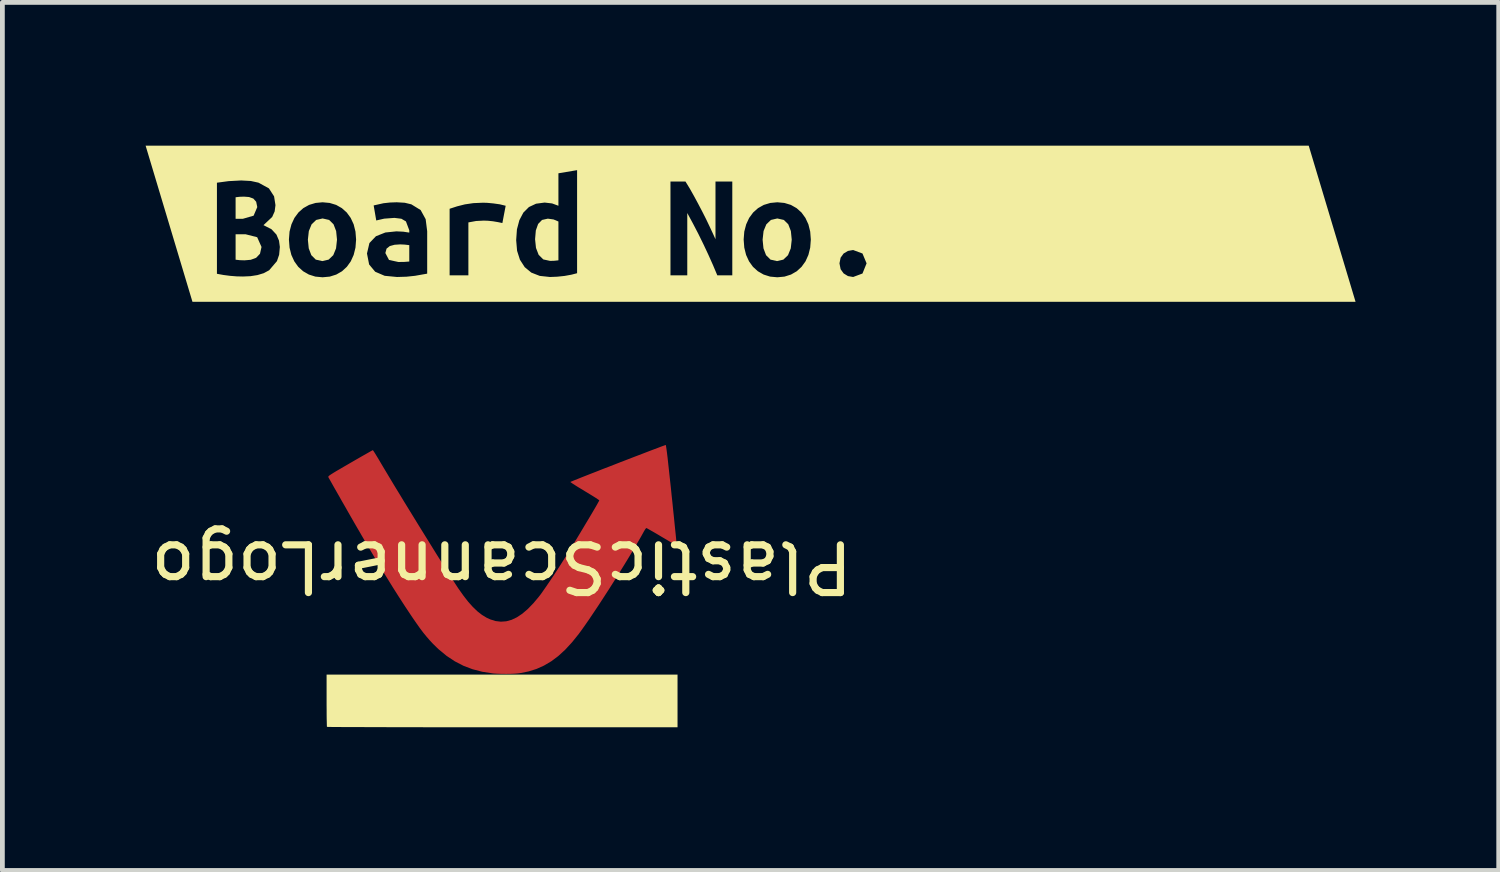
<source format=kicad_pcb>
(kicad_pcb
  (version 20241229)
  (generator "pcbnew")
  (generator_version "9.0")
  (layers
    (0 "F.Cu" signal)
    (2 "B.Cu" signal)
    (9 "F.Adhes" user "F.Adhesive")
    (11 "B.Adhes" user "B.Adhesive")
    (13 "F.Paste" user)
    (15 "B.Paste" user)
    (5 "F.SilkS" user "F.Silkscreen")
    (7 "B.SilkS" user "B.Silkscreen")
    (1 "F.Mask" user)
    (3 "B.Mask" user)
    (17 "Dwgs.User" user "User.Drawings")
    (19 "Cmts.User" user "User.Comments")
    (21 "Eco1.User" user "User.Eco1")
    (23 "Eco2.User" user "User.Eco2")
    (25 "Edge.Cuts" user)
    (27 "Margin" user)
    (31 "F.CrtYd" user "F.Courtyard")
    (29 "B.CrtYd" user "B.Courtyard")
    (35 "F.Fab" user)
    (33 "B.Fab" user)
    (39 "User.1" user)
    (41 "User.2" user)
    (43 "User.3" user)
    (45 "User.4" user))
  (footprint "PlasticScannerLogo"
    (layer "F.Cu")
    (at 7.458 9.317)
    (property "Reference" "PlasticScannerLogo" (at 0 -0.5 180) (unlocked yes) (layer "F.SilkS") (effects (font (size 1 1) (thickness 0.15))))
    (fp_poly (pts (xy 3.441 -3.035) (xy 3.446 -3.003) (xy 3.454 -2.949) (xy 3.464 -2.873) (xy 3.476 -2.775) (xy 3.489 -2.654) (xy 3.505 -2.51) (xy 3.523 -2.343) (xy 3.544 -2.153) (xy 3.56 -1.993) (xy 3.577 -1.837) (xy 3.592 -1.688) (xy 3.607 -1.547) (xy 3.62 -1.417) (xy 3.632 -1.299) (xy 3.643 -1.195) (xy 3.652 -1.106) (xy 3.659 -1.034) (xy 3.664 -0.981) (xy 3.667 -0.949) (xy 3.668 -0.939) (xy 3.658 -0.944) (xy 3.629 -0.96) (xy 3.585 -0.986) (xy 3.528 -1.019) (xy 3.46 -1.059) (xy 3.385 -1.103) (xy 3.354 -1.121) (xy 3.276 -1.168) (xy 3.204 -1.21) (xy 3.141 -1.246) (xy 3.09 -1.275) (xy 3.053 -1.296) (xy 3.033 -1.306) (xy 3.031 -1.307) (xy 3.019 -1.297) (xy 3.001 -1.271) (xy 2.979 -1.235) (xy 2.978 -1.232) (xy 2.913 -1.115) (xy 2.836 -0.983) (xy 2.751 -0.838) (xy 2.658 -0.683) (xy 2.559 -0.521) (xy 2.455 -0.354) (xy 2.349 -0.185) (xy 2.242 -0.016) (xy 2.135 0.149) (xy 2.031 0.309) (xy 1.93 0.46) (xy 1.836 0.6) (xy 1.748 0.727) (xy 1.669 0.838) (xy 1.615 0.912) (xy 1.473 1.088) (xy 1.331 1.242) (xy 1.187 1.374) (xy 1.04 1.484) (xy 0.888 1.574) (xy 0.73 1.645) (xy 0.564 1.697) (xy 0.389 1.732) (xy 0.345 1.738) (xy 0.275 1.744) (xy 0.188 1.748) (xy 0.093 1.749) (xy -0.004 1.748) (xy -0.096 1.745) (xy -0.174 1.74) (xy -0.189 1.738) (xy -0.407 1.704) (xy -0.61 1.651) (xy -0.8 1.579) (xy -0.98 1.486) (xy -1.151 1.373) (xy -1.315 1.238) (xy -1.366 1.19) (xy -1.44 1.117) (xy -1.508 1.044) (xy -1.574 0.968) (xy -1.641 0.886) (xy -1.711 0.793) (xy -1.786 0.687) (xy -1.871 0.564) (xy -1.891 0.534) (xy -2.02 0.34) (xy -2.149 0.141) (xy -2.281 -0.067) (xy -2.417 -0.287) (xy -2.559 -0.519) (xy -2.708 -0.769) (xy -2.866 -1.036) (xy -2.887 -1.073) (xy -2.929 -1.145) (xy -2.978 -1.23) (xy -3.033 -1.324) (xy -3.092 -1.426) (xy -3.154 -1.534) (xy -3.217 -1.644) (xy -3.28 -1.755) (xy -3.343 -1.864) (xy -3.402 -1.969) (xy -3.458 -2.067) (xy -3.509 -2.156) (xy -3.552 -2.233) (xy -3.588 -2.297) (xy -3.615 -2.344) (xy -3.629 -2.37) (xy -3.631 -2.377) (xy -3.63 -2.384) (xy -3.624 -2.393) (xy -3.611 -2.405) (xy -3.59 -2.42) (xy -3.558 -2.441) (xy -3.515 -2.468) (xy -3.457 -2.503) (xy -3.384 -2.545) (xy -3.294 -2.598) (xy -3.185 -2.661) (xy -3.175 -2.667) (xy -3.078 -2.723) (xy -2.988 -2.775) (xy -2.906 -2.822) (xy -2.835 -2.862) (xy -2.777 -2.895) (xy -2.733 -2.92) (xy -2.706 -2.934) (xy -2.698 -2.938) (xy -2.69 -2.928) (xy -2.671 -2.9) (xy -2.644 -2.857) (xy -2.61 -2.801) (xy -2.57 -2.735) (xy -2.529 -2.665) (xy -2.466 -2.559) (xy -2.394 -2.439) (xy -2.315 -2.307) (xy -2.229 -2.164) (xy -2.137 -2.014) (xy -2.042 -1.857) (xy -1.943 -1.696) (xy -1.842 -1.532) (xy -1.741 -1.367) (xy -1.64 -1.204) (xy -1.54 -1.043) (xy -1.443 -0.886) (xy -1.35 -0.736) (xy -1.261 -0.595) (xy -1.179 -0.464) (xy -1.103 -0.344) (xy -1.036 -0.239) (xy -0.978 -0.149) (xy -0.931 -0.077) (xy -0.908 -0.042) (xy -0.801 0.109) (xy -0.7 0.239) (xy -0.602 0.348) (xy -0.507 0.439) (xy -0.412 0.513) (xy -0.317 0.571) (xy -0.239 0.607) (xy -0.127 0.642) (xy -0.016 0.655) (xy 0.095 0.647) (xy 0.206 0.617) (xy 0.318 0.564) (xy 0.431 0.489) (xy 0.546 0.391) (xy 0.664 0.269) (xy 0.771 0.142) (xy 0.817 0.083) (xy 0.872 0.005) (xy 0.937 -0.088) (xy 1.009 -0.194) (xy 1.087 -0.31) (xy 1.168 -0.434) (xy 1.251 -0.564) (xy 1.335 -0.697) (xy 1.36 -0.737) (xy 1.408 -0.814) (xy 1.46 -0.9) (xy 1.517 -0.993) (xy 1.577 -1.091) (xy 1.638 -1.192) (xy 1.699 -1.294) (xy 1.759 -1.395) (xy 1.817 -1.491) (xy 1.871 -1.582) (xy 1.92 -1.665) (xy 1.963 -1.738) (xy 1.998 -1.799) (xy 2.024 -1.846) (xy 2.04 -1.875) (xy 2.045 -1.886) (xy 2.036 -1.894) (xy 2.008 -1.913) (xy 1.965 -1.942) (xy 1.909 -1.977) (xy 1.842 -2.018) (xy 1.768 -2.063) (xy 1.743 -2.078) (xy 1.666 -2.125) (xy 1.596 -2.167) (xy 1.536 -2.205) (xy 1.489 -2.235) (xy 1.456 -2.258) (xy 1.44 -2.27) (xy 1.439 -2.271) (xy 1.45 -2.277) (xy 1.482 -2.29) (xy 1.532 -2.311) (xy 1.598 -2.337) (xy 1.68 -2.37) (xy 1.774 -2.407) (xy 1.878 -2.448) (xy 1.992 -2.492) (xy 2.112 -2.54) (xy 2.238 -2.588) (xy 2.366 -2.638) (xy 2.496 -2.689) (xy 2.624 -2.738) (xy 2.75 -2.787) (xy 2.871 -2.833) (xy 2.986 -2.877) (xy 3.092 -2.918) (xy 3.187 -2.954) (xy 3.27 -2.985) (xy 3.338 -3.011) (xy 3.39 -3.03) (xy 3.424 -3.042) (xy 3.437 -3.046)) (stroke (width 0) (type solid)) (fill yes) (layer "F.Cu"))
    (fp_poly (pts (xy 3.438 -3.033) (xy 3.444 -3.001) (xy 3.452 -2.947) (xy 3.462 -2.871) (xy 3.473 -2.772) (xy 3.487 -2.652) (xy 3.503 -2.508) (xy 3.521 -2.341) (xy 3.541 -2.151) (xy 3.558 -1.991) (xy 3.574 -1.835) (xy 3.59 -1.686) (xy 3.604 -1.545) (xy 3.618 -1.415) (xy 3.63 -1.297) (xy 3.641 -1.192) (xy 3.65 -1.103) (xy 3.657 -1.032) (xy 3.662 -0.979) (xy 3.665 -0.947) (xy 3.666 -0.937) (xy 3.655 -0.942) (xy 3.627 -0.958) (xy 3.583 -0.983) (xy 3.526 -1.017) (xy 3.458 -1.056) (xy 3.383 -1.101) (xy 3.352 -1.119) (xy 3.274 -1.165) (xy 3.202 -1.207) (xy 3.139 -1.244) (xy 3.087 -1.273) (xy 3.051 -1.293) (xy 3.031 -1.303) (xy 3.028 -1.304) (xy 3.017 -1.295) (xy 2.999 -1.269) (xy 2.977 -1.233) (xy 2.975 -1.23) (xy 2.91 -1.112) (xy 2.834 -0.98) (xy 2.749 -0.835) (xy 2.655 -0.681) (xy 2.556 -0.518) (xy 2.453 -0.352) (xy 2.347 -0.183) (xy 2.239 -0.014) (xy 2.133 0.151) (xy 2.028 0.311) (xy 1.928 0.462) (xy 1.833 0.603) (xy 1.746 0.729) (xy 1.667 0.84) (xy 1.612 0.914) (xy 1.471 1.091) (xy 1.329 1.244) (xy 1.185 1.376) (xy 1.037 1.486) (xy 0.885 1.576) (xy 0.727 1.647) (xy 0.562 1.699) (xy 0.387 1.734) (xy 0.342 1.74) (xy 0.272 1.746) (xy 0.186 1.75) (xy 0.09 1.751) (xy -0.007 1.751) (xy -0.098 1.747) (xy -0.176 1.742) (xy -0.192 1.74) (xy -0.409 1.706) (xy -0.612 1.653) (xy -0.803 1.581) (xy -0.982 1.489) (xy -1.153 1.375) (xy -1.317 1.24) (xy -1.368 1.192) (xy -1.442 1.119) (xy -1.51 1.047) (xy -1.577 0.971) (xy -1.643 0.888) (xy -1.713 0.795) (xy -1.789 0.689) (xy -1.873 0.567) (xy -1.893 0.536) (xy -2.022 0.343) (xy -2.151 0.143) (xy -2.283 -0.065) (xy -2.42 -0.284) (xy -2.561 -0.517) (xy -2.711 -0.766) (xy -2.868 -1.034) (xy -2.89 -1.071) (xy -2.932 -1.143) (xy -2.981 -1.227) (xy -3.035 -1.322) (xy -3.094 -1.424) (xy -3.156 -1.531) (xy -3.219 -1.642) (xy -3.283 -1.753) (xy -3.345 -1.862) (xy -3.405 -1.966) (xy -3.461 -2.064) (xy -3.511 -2.153) (xy -3.555 -2.231) (xy -3.591 -2.294) (xy -3.617 -2.341) (xy -3.631 -2.368) (xy -3.634 -2.374) (xy -3.633 -2.382) (xy -3.627 -2.391) (xy -3.614 -2.402) (xy -3.592 -2.418) (xy -3.561 -2.439) (xy -3.517 -2.466) (xy -3.46 -2.5) (xy -3.387 -2.543) (xy -3.297 -2.596) (xy -3.188 -2.659) (xy -3.177 -2.665) (xy -3.081 -2.721) (xy -2.99 -2.772) (xy -2.909 -2.819) (xy -2.837 -2.86) (xy -2.779 -2.893) (xy -2.735 -2.917) (xy -2.708 -2.932) (xy -2.701 -2.936) (xy -2.692 -2.926) (xy -2.674 -2.898) (xy -2.646 -2.854) (xy -2.612 -2.799) (xy -2.573 -2.733) (xy -2.531 -2.663) (xy -2.468 -2.556) (xy -2.396 -2.436) (xy -2.317 -2.304) (xy -2.231 -2.162) (xy -2.14 -2.012) (xy -2.044 -1.855) (xy -1.945 -1.694) (xy -1.845 -1.53) (xy -1.743 -1.365) (xy -1.642 -1.201) (xy -1.543 -1.04) (xy -1.445 -0.884) (xy -1.352 -0.734) (xy -1.264 -0.593) (xy -1.181 -0.461) (xy -1.106 -0.342) (xy -1.038 -0.237) (xy -0.981 -0.147) (xy -0.934 -0.075) (xy -0.91 -0.039) (xy -0.803 0.112) (xy -0.702 0.241) (xy -0.605 0.351) (xy -0.509 0.441) (xy -0.415 0.515) (xy -0.319 0.573) (xy -0.241 0.609) (xy -0.129 0.644) (xy -0.018 0.658) (xy 0.093 0.649) (xy 0.203 0.619) (xy 0.315 0.566) (xy 0.428 0.491) (xy 0.544 0.393) (xy 0.662 0.272) (xy 0.769 0.144) (xy 0.814 0.085) (xy 0.87 0.008) (xy 0.935 -0.085) (xy 1.007 -0.191) (xy 1.084 -0.308) (xy 1.165 -0.432) (xy 1.249 -0.562) (xy 1.333 -0.695) (xy 1.358 -0.735) (xy 1.405 -0.812) (xy 1.458 -0.898) (xy 1.515 -0.991) (xy 1.574 -1.089) (xy 1.635 -1.19) (xy 1.697 -1.292) (xy 1.757 -1.392) (xy 1.814 -1.489) (xy 1.868 -1.58) (xy 1.917 -1.663) (xy 1.96 -1.736) (xy 1.995 -1.797) (xy 2.022 -1.843) (xy 2.038 -1.873) (xy 2.043 -1.883) (xy 2.034 -1.892) (xy 2.006 -1.911) (xy 1.963 -1.939) (xy 1.907 -1.975) (xy 1.84 -2.016) (xy 1.765 -2.061) (xy 1.74 -2.076) (xy 1.663 -2.122) (xy 1.594 -2.165) (xy 1.534 -2.202) (xy 1.486 -2.233) (xy 1.453 -2.255) (xy 1.438 -2.267) (xy 1.437 -2.269) (xy 1.448 -2.274) (xy 1.479 -2.288) (xy 1.529 -2.308) (xy 1.596 -2.335) (xy 1.677 -2.367) (xy 1.771 -2.404) (xy 1.876 -2.446) (xy 1.99 -2.49) (xy 2.11 -2.537) (xy 2.235 -2.586) (xy 2.364 -2.636) (xy 2.493 -2.686) (xy 2.622 -2.736) (xy 2.748 -2.784) (xy 2.869 -2.831) (xy 2.983 -2.875) (xy 3.089 -2.915) (xy 3.184 -2.952) (xy 3.267 -2.983) (xy 3.336 -3.009) (xy 3.388 -3.028) (xy 3.421 -3.04) (xy 3.435 -3.043)) (stroke (width 0) (type solid)) (fill yes) (layer "F.Mask"))
    (fp_poly (pts (xy 3.684 2.866) (xy 0.017 2.866) (xy -0.278 2.866) (xy -0.567 2.866) (xy -0.849 2.866) (xy -1.123 2.866) (xy -1.388 2.866) (xy -1.642 2.866) (xy -1.887 2.865) (xy -2.119 2.865) (xy -2.339 2.865) (xy -2.545 2.864) (xy -2.736 2.864) (xy -2.913 2.863) (xy -3.073 2.863) (xy -3.215 2.862) (xy -3.34 2.862) (xy -3.445 2.861) (xy -3.531 2.861) (xy -3.595 2.86) (xy -3.638 2.859) (xy -3.658 2.859) (xy -3.659 2.858) (xy -3.661 2.845) (xy -3.662 2.81) (xy -3.663 2.756) (xy -3.665 2.686) (xy -3.666 2.601) (xy -3.666 2.504) (xy -3.667 2.398) (xy -3.667 2.307) (xy -3.667 1.763) (xy 3.684 1.763)) (stroke (width 0) (type solid)) (fill yes) (layer "F.SilkS")))
  (footprint "kibuzzard-6346913B"
    (layer "F.Cu")
    (at 12.672 1.636)
    (property "Reference" "kibuzzard-6346913B" (at 0 -1.636 0) (layer "B.SilkS") (effects (font (size 0.001 0.001) (thickness 0.000003)) (justify mirror)))
    (attr board_only exclude_from_pos_files exclude_from_bom)
    (fp_poly (pts (xy -10.787 0.221) (xy -10.787 0.754) (xy -10.697 0.764) (xy -10.6 0.767) (xy -10.47 0.756) (xy -10.357 0.714) (xy -10.276 0.629) (xy -10.244 0.487) (xy -10.335 0.283) (xy -10.578 0.221) (xy -10.787 0.221)) (stroke (width 0) (type solid)) (fill yes) (layer "F.SilkS"))
    (fp_poly (pts (xy -10.635 -0.103) (xy -10.41 -0.168) (xy -10.333 -0.348) (xy -10.356 -0.46) (xy -10.416 -0.527) (xy -10.505 -0.559) (xy -10.61 -0.567) (xy -10.702 -0.564) (xy -10.787 -0.554) (xy -10.787 -0.103) (xy -10.635 -0.103)) (stroke (width 0) (type solid)) (fill yes) (layer "F.SilkS"))
    (fp_poly (pts (xy -7.377 0.802) (xy -7.254 0.8) (xy -7.149 0.792) (xy -7.149 0.449) (xy -7.241 0.438) (xy -7.339 0.433) (xy -7.457 0.441) (xy -7.557 0.468) (xy -7.625 0.522) (xy -7.65 0.614) (xy -7.574 0.759) (xy -7.377 0.802)) (stroke (width 0) (type solid)) (fill yes) (layer "F.SilkS"))
    (fp_poly (pts (xy -4.514 0.325) (xy -4.495 0.507) (xy -4.439 0.652) (xy -4.342 0.748) (xy -4.199 0.779) (xy -4.11 0.776) (xy -4.025 0.767) (xy -4.025 -0.046) (xy -4.126 -0.089) (xy -4.247 -0.106) (xy -4.368 -0.079) (xy -4.45 0.005) (xy -4.498 0.14) (xy -4.514 0.325)) (stroke (width 0) (type solid)) (fill yes) (layer "F.SilkS"))
    (fp_poly (pts (xy -9.273 0.335) (xy -9.255 0.516) (xy -9.201 0.659) (xy -9.108 0.752) (xy -8.971 0.783) (xy -8.838 0.752) (xy -8.741 0.659) (xy -8.683 0.516) (xy -8.663 0.335) (xy -8.681 0.154) (xy -8.735 0.013) (xy -8.828 -0.079) (xy -8.965 -0.11) (xy -9.099 -0.079) (xy -9.195 0.013) (xy -9.253 0.154) (xy -9.273 0.335)) (stroke (width 0) (type solid)) (fill yes) (layer "F.SilkS"))
    (fp_poly (pts (xy 0.252 0.335) (xy 0.27 0.516) (xy 0.324 0.659) (xy 0.417 0.752) (xy 0.554 0.783) (xy 0.687 0.752) (xy 0.784 0.659) (xy 0.842 0.516) (xy 0.862 0.335) (xy 0.844 0.154) (xy 0.79 0.013) (xy 0.697 -0.079) (xy 0.56 -0.11) (xy 0.426 -0.079) (xy 0.33 0.013) (xy 0.272 0.154) (xy 0.252 0.335)) (stroke (width 0) (type solid)) (fill yes) (layer "F.SilkS"))
    (fp_poly (pts (xy -11.178 -1.635) (xy -10.933 -0.892) (xy -10.67 -0.906) (xy -10.468 -0.895) (xy -10.308 -0.86) (xy -10.089 -0.74) (xy -9.981 -0.573) (xy -9.952 -0.389) (xy -9.555 -0.121) (xy -9.471 -0.235) (xy -9.369 -0.326) (xy -9.248 -0.394) (xy -9.112 -0.435) (xy -8.965 -0.449) (xy -8.816 -0.435) (xy -8.681 -0.394) (xy -8.561 -0.326) (xy -8.459 -0.235) (xy -8.376 -0.121) (xy -7.841 -0.068) (xy -7.895 -0.383) (xy -7.689 -0.429) (xy -7.553 -0.444) (xy -7.412 -0.449) (xy -7.244 -0.439) (xy -7.106 -0.406) (xy -6.911 -0.286) (xy -6.806 -0.095) (xy -6.774 0.157) (xy -6.304 1.081) (xy -6.304 -0.313) (xy -6.147 -0.364) (xy -5.985 -0.405) (xy -5.808 -0.431) (xy -5.603 -0.44) (xy -5.512 -0.437) (xy -5.387 -0.425) (xy -5.252 -0.406) (xy -5.13 -0.376) (xy -5.199 -0.014) (xy -5.29 -0.033) (xy -5.396 -0.051) (xy -5.501 -0.062) (xy -5.587 -0.065) (xy -5.749 -0.057) (xy -5.911 -0.027) (xy -5.911 1.081) (xy -6.304 1.081) (xy -6.774 0.157) (xy -6.774 1.046) (xy -7.028 1.091) (xy -7.207 1.11) (xy -7.406 1.116) (xy -7.665 1.091) (xy -7.863 1.006) (xy -7.99 0.854) (xy -8.035 0.624) (xy -7.984 0.405) (xy -7.847 0.262) (xy -7.65 0.184) (xy -7.419 0.16) (xy -7.275 0.167) (xy -7.149 0.186) (xy -7.149 0.138) (xy -7.219 -0.048) (xy -7.314 -0.104) (xy -7.46 -0.122) (xy -7.674 -0.106) (xy -7.841 -0.068) (xy -8.376 -0.121) (xy -8.314 0.013) (xy -8.276 0.165) (xy -8.263 0.332) (xy -8.276 0.501) (xy -8.314 0.654) (xy -8.375 0.789) (xy -8.457 0.903) (xy -8.558 0.996) (xy -8.678 1.065) (xy -8.814 1.108) (xy -8.965 1.122) (xy -9.116 1.108) (xy -9.252 1.065) (xy -9.372 0.996) (xy -9.475 0.903) (xy -9.557 0.789) (xy -9.619 0.654) (xy -9.657 0.501) (xy -9.67 0.332) (xy -9.657 0.165) (xy -9.617 0.013) (xy -9.555 -0.121) (xy -9.952 -0.389) (xy -9.969 -0.257) (xy -10.021 -0.141) (xy -10.203 0.03) (xy -10.035 0.116) (xy -9.932 0.227) (xy -9.878 0.354) (xy -9.86 0.487) (xy -9.875 0.65) (xy -9.921 0.784) (xy -10.084 0.975) (xy -10.197 1.036) (xy -10.329 1.076) (xy -10.475 1.099) (xy -10.632 1.106) (xy -10.764 1.103) (xy -10.902 1.092) (xy -11.041 1.074) (xy -11.178 1.049) (xy -11.178 -0.859) (xy -10.933 -0.892) (xy -11.178 -1.635) (xy -11.691 -1.635) (xy -12.672 -1.635) (xy -11.691 1.635) (xy -4.202 1.116) (xy -4.416 1.093) (xy -4.593 1.024) (xy -4.731 0.91) (xy -4.831 0.755) (xy -4.891 0.567) (xy -4.91 0.344) (xy -4.894 0.118) (xy -4.843 -0.074) (xy -4.76 -0.232) (xy -4.643 -0.349) (xy -4.494 -0.419) (xy -4.314 -0.443) (xy -4.158 -0.425) (xy -4.025 -0.376) (xy -4.025 -1.056) (xy -3.634 -1.122) (xy -3.634 1.037) (xy -3.754 1.068) (xy -3.898 1.094) (xy -4.052 1.11) (xy -4.202 1.116) (xy -11.691 1.635) (xy -11.178 1.635) (xy -0.697 1.081) (xy -0.789 0.863) (xy -0.886 0.646) (xy -0.988 0.429) (xy -1.095 0.211) (xy -1.208 -0.006) (xy -1.326 -0.224) (xy -1.326 1.081) (xy -1.678 1.081) (xy -1.678 -0.884) (xy -1.364 -0.884) (xy -1.275 -0.739) (xy -1.186 -0.581) (xy -1.098 -0.418) (xy -1.013 -0.256) (xy -0.932 -0.096) (xy -0.858 0.059) (xy -0.791 0.202) (xy -0.735 0.325) (xy -0.735 -0.884) (xy -0.383 -0.884) (xy -0.383 1.081) (xy -0.697 1.081) (xy -11.178 1.635) (xy 2.43 1.635) (xy 1.262 0.332) (xy 1.249 0.501) (xy 1.211 0.654) (xy 1.15 0.789) (xy 1.068 0.903) (xy 0.967 0.996) (xy 0.847 1.065) (xy 0.711 1.108) (xy 0.56 1.122) (xy 0.409 1.108) (xy 0.273 1.065) (xy 0.153 0.996) (xy 0.05 0.903) (xy -0.032 0.789) (xy -0.094 0.654) (xy -0.132 0.501) (xy -0.145 0.332) (xy -0.132 0.165) (xy -0.092 0.013) (xy -0.03 -0.121) (xy 0.054 -0.235) (xy 0.156 -0.326) (xy 0.277 -0.394) (xy 0.413 -0.435) (xy 0.56 -0.449) (xy 0.709 -0.435) (xy 0.844 -0.394) (xy 0.964 -0.326) (xy 1.066 -0.235) (xy 1.149 -0.121) (xy 1.211 0.013) (xy 1.249 0.165) (xy 1.262 0.332) (xy 2.43 1.635) (xy 11.691 1.635) (xy 2.43 0.83) (xy 2.344 1.043) (xy 2.148 1.116) (xy 2.04 1.097) (xy 1.949 1.041) (xy 1.886 0.953) (xy 1.862 0.83) (xy 1.886 0.711) (xy 1.949 0.624) (xy 2.04 0.57) (xy 2.148 0.551) (xy 2.344 0.624) (xy 2.43 0.83) (xy 11.691 1.635) (xy 12.672 1.635) (xy 11.691 -1.635) (xy 2.43 -1.635) (xy -11.178 -1.635)) (stroke (width 0) (type solid)) (fill yes) (layer "F.SilkS")))
  (gr_rect
    (start -3 -3)
    (end 28.343 15.183)
    (stroke (width 0.1) (type default))
    (fill no)
    (layer "Edge.Cuts")))
</source>
